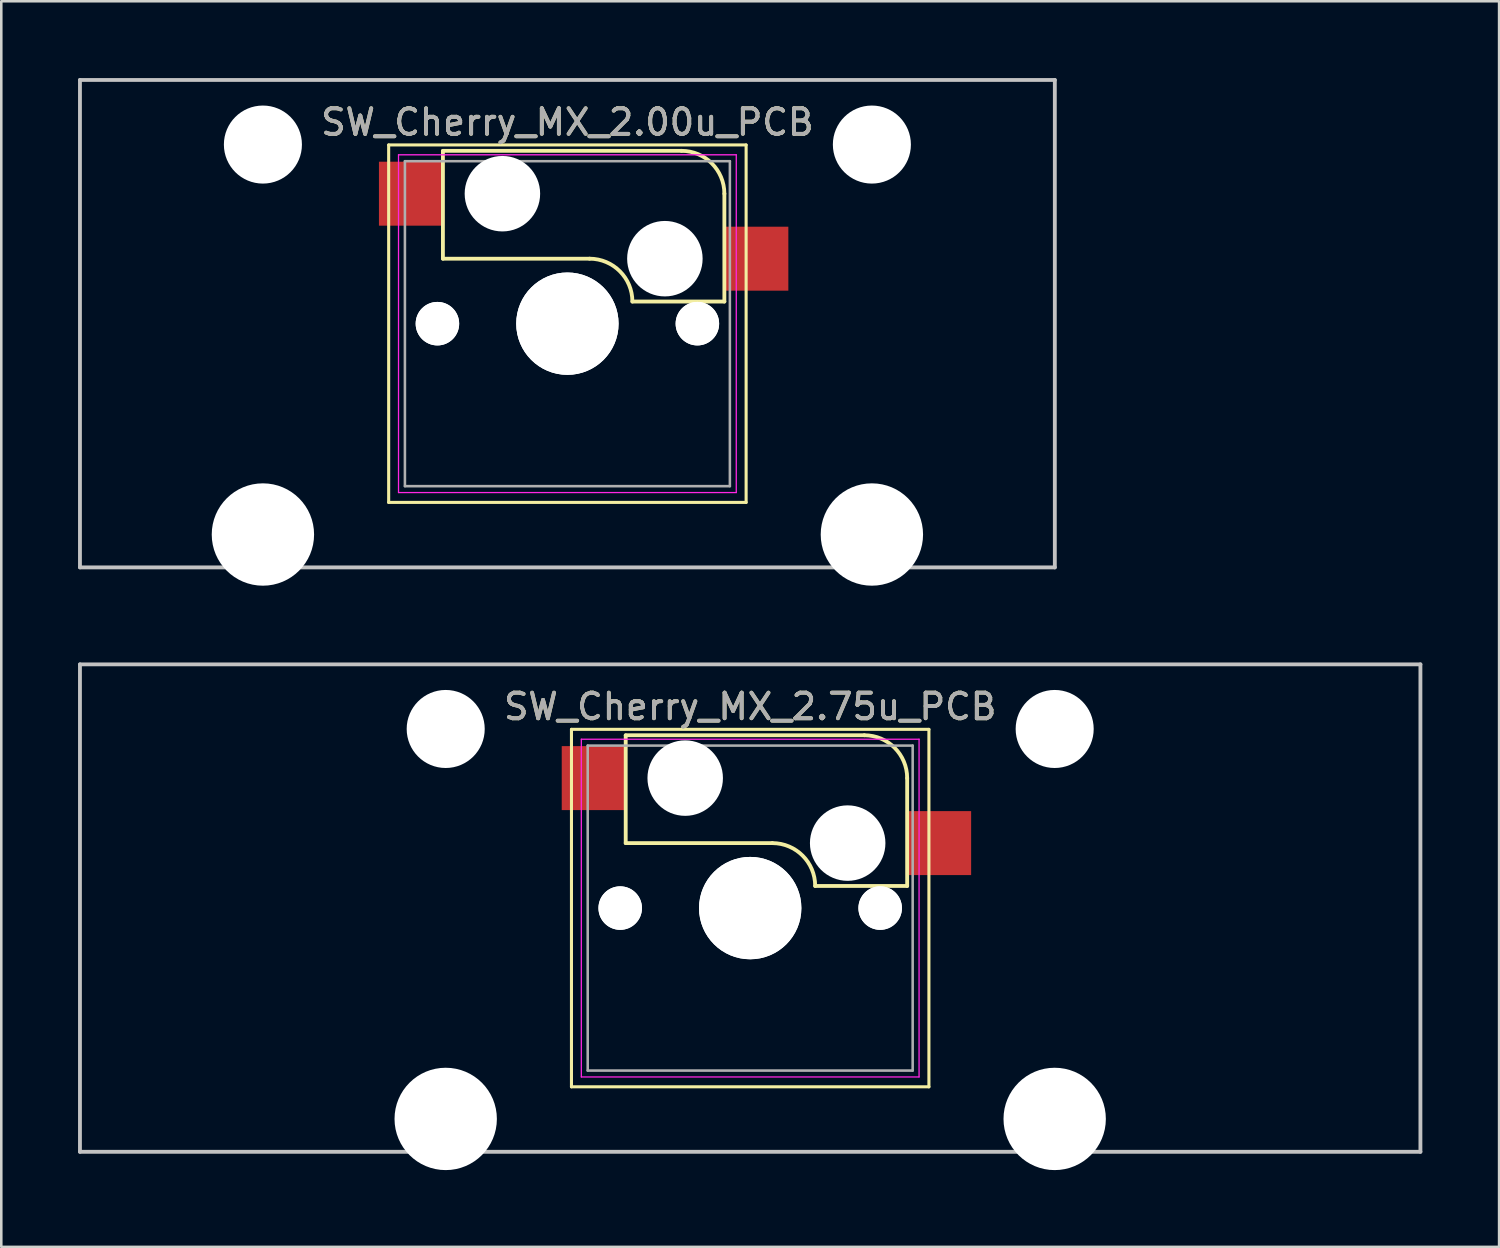
<source format=kicad_pcb>
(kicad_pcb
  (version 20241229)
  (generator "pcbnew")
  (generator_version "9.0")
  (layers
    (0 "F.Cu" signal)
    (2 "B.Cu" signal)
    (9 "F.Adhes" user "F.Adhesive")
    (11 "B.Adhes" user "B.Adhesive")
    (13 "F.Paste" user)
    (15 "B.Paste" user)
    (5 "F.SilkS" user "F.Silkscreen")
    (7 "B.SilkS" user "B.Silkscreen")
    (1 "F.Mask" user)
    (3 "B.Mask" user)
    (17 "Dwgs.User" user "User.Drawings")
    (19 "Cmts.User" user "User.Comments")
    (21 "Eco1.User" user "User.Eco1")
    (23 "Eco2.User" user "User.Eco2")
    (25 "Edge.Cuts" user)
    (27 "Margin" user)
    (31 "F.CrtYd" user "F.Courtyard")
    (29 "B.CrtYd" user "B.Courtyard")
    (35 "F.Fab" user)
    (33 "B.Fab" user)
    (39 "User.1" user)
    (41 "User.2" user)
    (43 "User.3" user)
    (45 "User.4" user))
  (footprint "SW_Cherry_MX_2.75u_PCB"
    (layer "F.Cu")
    (at 28.809 27.36)
    (property "Reference" "SW_Cherry_MX_2.75u_PCB" (at -2.54 -2.794 0) (layer "F.SilkS") (effects (font (size 1 1) (thickness 0.15))))
    (attr through_hole)
    (fp_line (start -9.525 -1.905) (end 4.445 -1.905) (stroke (width 0.12) (type solid)) (layer "F.SilkS"))
    (fp_line (start -9.525 12.065) (end -9.525 -1.905) (stroke (width 0.12) (type solid)) (layer "F.SilkS"))
    (fp_line (start -7.405 -1.67) (end -7.405 2.54) (stroke (width 0.15) (type solid)) (layer "F.SilkS"))
    (fp_line (start -1.675 2.54) (end -7.405 2.54) (stroke (width 0.15) (type solid)) (layer "F.SilkS"))
    (fp_line (start 1.92 -1.675) (end -7.405 -1.675) (stroke (width 0.15) (type solid)) (layer "F.SilkS"))
    (fp_line (start 3.595 0) (end 3.595 4.215) (stroke (width 0.15) (type solid)) (layer "F.SilkS"))
    (fp_line (start 3.595 4.215) (end 0 4.215) (stroke (width 0.15) (type solid)) (layer "F.SilkS"))
    (fp_line (start 4.445 -1.905) (end 4.445 12.065) (stroke (width 0.12) (type solid)) (layer "F.SilkS"))
    (fp_line (start 4.445 12.065) (end -9.525 12.065) (stroke (width 0.12) (type solid)) (layer "F.SilkS"))
    (fp_arc (start -1.675 2.54) (mid -0.490596 3.030596) (end 0 4.215) (stroke (width 0.15) (type solid)) (layer "F.SilkS"))
    (fp_arc (start 1.92 -1.675) (mid 3.104404 -1.184404) (end 3.595 0) (stroke (width 0.15) (type solid)) (layer "F.SilkS"))
    (fp_line (start -28.734 -4.445) (end 23.654 -4.445) (stroke (width 0.15) (type solid)) (layer "Dwgs.User"))
    (fp_line (start -28.734 14.605) (end -28.734 -4.445) (stroke (width 0.15) (type solid)) (layer "Dwgs.User"))
    (fp_line (start 23.654 -4.445) (end 23.654 14.605) (stroke (width 0.15) (type solid)) (layer "Dwgs.User"))
    (fp_line (start 23.654 14.605) (end -28.734 14.605) (stroke (width 0.15) (type solid)) (layer "Dwgs.User"))
    (fp_line (start -9.14 -1.52) (end 4.06 -1.52) (stroke (width 0.05) (type solid)) (layer "F.CrtYd"))
    (fp_line (start -9.14 11.68) (end -9.14 -1.52) (stroke (width 0.05) (type solid)) (layer "F.CrtYd"))
    (fp_line (start 4.06 -1.52) (end 4.06 11.68) (stroke (width 0.05) (type solid)) (layer "F.CrtYd"))
    (fp_line (start 4.06 11.68) (end -9.14 11.68) (stroke (width 0.05) (type solid)) (layer "F.CrtYd"))
    (fp_line (start -8.89 -1.27) (end 3.81 -1.27) (stroke (width 0.1) (type solid)) (layer "F.Fab"))
    (fp_line (start -8.89 11.43) (end -8.89 -1.27) (stroke (width 0.1) (type solid)) (layer "F.Fab"))
    (fp_line (start 3.81 -1.27) (end 3.81 11.43) (stroke (width 0.1) (type solid)) (layer "F.Fab"))
    (fp_line (start 3.81 11.43) (end -8.89 11.43) (stroke (width 0.1) (type solid)) (layer "F.Fab"))
    (fp_text user "${REFERENCE}" (at -2.54 -2.794 0) (layer "F.Fab") (effects (font (size 1 1) (thickness 0.15))))
    (pad "" np_thru_hole circle (at -14.44 -1.92) (size 3.05 3.05) (drill 3.05) (layers "*.Cu" "*.Mask"))
    (pad "" np_thru_hole circle (at -14.44 13.32) (size 4 4) (drill 4) (layers "*.Cu" "*.Mask"))
    (pad "" np_thru_hole circle (at -7.62 5.08) (size 1.7 1.7) (drill 1.7) (layers "*.Cu" "*.Mask"))
    (pad "" np_thru_hole circle (at -7.62 5.08) (size 1.7 1.7) (drill 1.7) (layers "*.Cu" "*.Mask"))
    (pad "" np_thru_hole circle (at -5.08 0) (size 2.95 2.95) (drill 2.95) (layers "*.Cu" "*.Mask"))
    (pad "" np_thru_hole circle (at -2.54 5.08) (size 4 4) (drill 4) (layers "*.Cu" "*.Mask"))
    (pad "" np_thru_hole circle (at -2.54 5.08) (size 4 4) (drill 4) (layers "*.Cu" "*.Mask"))
    (pad "" np_thru_hole circle (at 1.27 2.54) (size 2.95 2.95) (drill 2.95) (layers "*.Cu" "*.Mask"))
    (pad "" np_thru_hole circle (at 2.54 5.08) (size 1.7 1.7) (drill 1.7) (layers "*.Cu" "*.Mask"))
    (pad "" np_thru_hole circle (at 2.54 5.08) (size 1.7 1.7) (drill 1.7) (layers "*.Cu" "*.Mask"))
    (pad "" np_thru_hole circle (at 9.36 -1.92) (size 3.05 3.05) (drill 3.05) (layers "*.Cu" "*.Mask"))
    (pad "" np_thru_hole circle (at 9.36 13.32) (size 4 4) (drill 4) (layers "*.Cu" "*.Mask"))
    (pad "1" smd rect (at -8.63 0) (size 2.55 2.5) (layers "F.Cu" "F.Mask" "F.Paste"))
    (pad "2" smd rect (at 4.82 2.54) (size 2.55 2.5) (layers "F.Cu" "F.Mask" "F.Paste")))
  (footprint "SW_Cherry_MX_2.00u_PCB"
    (layer "F.Cu")
    (at 21.665 4.52)
    (property "Reference" "SW_Cherry_MX_2.00u_PCB" (at -2.54 -2.794 0) (layer "F.SilkS") (effects (font (size 1 1) (thickness 0.15))))
    (attr through_hole)
    (fp_line (start -9.525 -1.905) (end 4.445 -1.905) (stroke (width 0.12) (type solid)) (layer "F.SilkS"))
    (fp_line (start -9.525 12.065) (end -9.525 -1.905) (stroke (width 0.12) (type solid)) (layer "F.SilkS"))
    (fp_line (start -7.405 -1.67) (end -7.405 2.54) (stroke (width 0.15) (type solid)) (layer "F.SilkS"))
    (fp_line (start -1.675 2.54) (end -7.405 2.54) (stroke (width 0.15) (type solid)) (layer "F.SilkS"))
    (fp_line (start 1.92 -1.675) (end -7.405 -1.675) (stroke (width 0.15) (type solid)) (layer "F.SilkS"))
    (fp_line (start 3.595 0) (end 3.595 4.215) (stroke (width 0.15) (type solid)) (layer "F.SilkS"))
    (fp_line (start 3.595 4.215) (end 0 4.215) (stroke (width 0.15) (type solid)) (layer "F.SilkS"))
    (fp_line (start 4.445 -1.905) (end 4.445 12.065) (stroke (width 0.12) (type solid)) (layer "F.SilkS"))
    (fp_line (start 4.445 12.065) (end -9.525 12.065) (stroke (width 0.12) (type solid)) (layer "F.SilkS"))
    (fp_arc (start -1.675 2.54) (mid -0.490596 3.030596) (end 0 4.215) (stroke (width 0.15) (type solid)) (layer "F.SilkS"))
    (fp_arc (start 1.92 -1.675) (mid 3.104404 -1.184404) (end 3.595 0) (stroke (width 0.15) (type solid)) (layer "F.SilkS"))
    (fp_line (start -21.59 -4.445) (end 16.51 -4.445) (stroke (width 0.15) (type solid)) (layer "Dwgs.User"))
    (fp_line (start -21.59 14.605) (end -21.59 -4.445) (stroke (width 0.15) (type solid)) (layer "Dwgs.User"))
    (fp_line (start 16.51 -4.445) (end 16.51 14.605) (stroke (width 0.15) (type solid)) (layer "Dwgs.User"))
    (fp_line (start 16.51 14.605) (end -21.59 14.605) (stroke (width 0.15) (type solid)) (layer "Dwgs.User"))
    (fp_line (start -9.14 -1.52) (end 4.06 -1.52) (stroke (width 0.05) (type solid)) (layer "F.CrtYd"))
    (fp_line (start -9.14 11.68) (end -9.14 -1.52) (stroke (width 0.05) (type solid)) (layer "F.CrtYd"))
    (fp_line (start 4.06 -1.52) (end 4.06 11.68) (stroke (width 0.05) (type solid)) (layer "F.CrtYd"))
    (fp_line (start 4.06 11.68) (end -9.14 11.68) (stroke (width 0.05) (type solid)) (layer "F.CrtYd"))
    (fp_line (start -8.89 -1.27) (end 3.81 -1.27) (stroke (width 0.1) (type solid)) (layer "F.Fab"))
    (fp_line (start -8.89 11.43) (end -8.89 -1.27) (stroke (width 0.1) (type solid)) (layer "F.Fab"))
    (fp_line (start 3.81 -1.27) (end 3.81 11.43) (stroke (width 0.1) (type solid)) (layer "F.Fab"))
    (fp_line (start 3.81 11.43) (end -8.89 11.43) (stroke (width 0.1) (type solid)) (layer "F.Fab"))
    (fp_text user "${REFERENCE}" (at -2.54 -2.794 0) (layer "F.Fab") (effects (font (size 1 1) (thickness 0.15))))
    (pad "" np_thru_hole circle (at -14.44 -1.92) (size 3.05 3.05) (drill 3.05) (layers "*.Cu" "*.Mask"))
    (pad "" np_thru_hole circle (at -14.44 13.32) (size 4 4) (drill 4) (layers "*.Cu" "*.Mask"))
    (pad "" np_thru_hole circle (at -7.62 5.08) (size 1.7 1.7) (drill 1.7) (layers "*.Cu" "*.Mask"))
    (pad "" np_thru_hole circle (at -7.62 5.08) (size 1.7 1.7) (drill 1.7) (layers "*.Cu" "*.Mask"))
    (pad "" np_thru_hole circle (at -5.08 0) (size 2.95 2.95) (drill 2.95) (layers "*.Cu" "*.Mask"))
    (pad "" np_thru_hole circle (at -2.54 5.08) (size 4 4) (drill 4) (layers "*.Cu" "*.Mask"))
    (pad "" np_thru_hole circle (at -2.54 5.08) (size 4 4) (drill 4) (layers "*.Cu" "*.Mask"))
    (pad "" np_thru_hole circle (at 1.27 2.54) (size 2.95 2.95) (drill 2.95) (layers "*.Cu" "*.Mask"))
    (pad "" np_thru_hole circle (at 2.54 5.08) (size 1.7 1.7) (drill 1.7) (layers "*.Cu" "*.Mask"))
    (pad "" np_thru_hole circle (at 2.54 5.08) (size 1.7 1.7) (drill 1.7) (layers "*.Cu" "*.Mask"))
    (pad "" np_thru_hole circle (at 9.36 -1.92) (size 3.05 3.05) (drill 3.05) (layers "*.Cu" "*.Mask"))
    (pad "" np_thru_hole circle (at 9.36 13.32) (size 4 4) (drill 4) (layers "*.Cu" "*.Mask"))
    (pad "1" smd rect (at -8.63 0) (size 2.55 2.5) (layers "F.Cu" "F.Mask" "F.Paste"))
    (pad "2" smd rect (at 4.82 2.54) (size 2.55 2.5) (layers "F.Cu" "F.Mask" "F.Paste")))
  (gr_rect
    (start -3 -3)
    (end 55.538 45.68)
    (stroke (width 0.1) (type default))
    (fill no)
    (layer "Edge.Cuts")))
</source>
